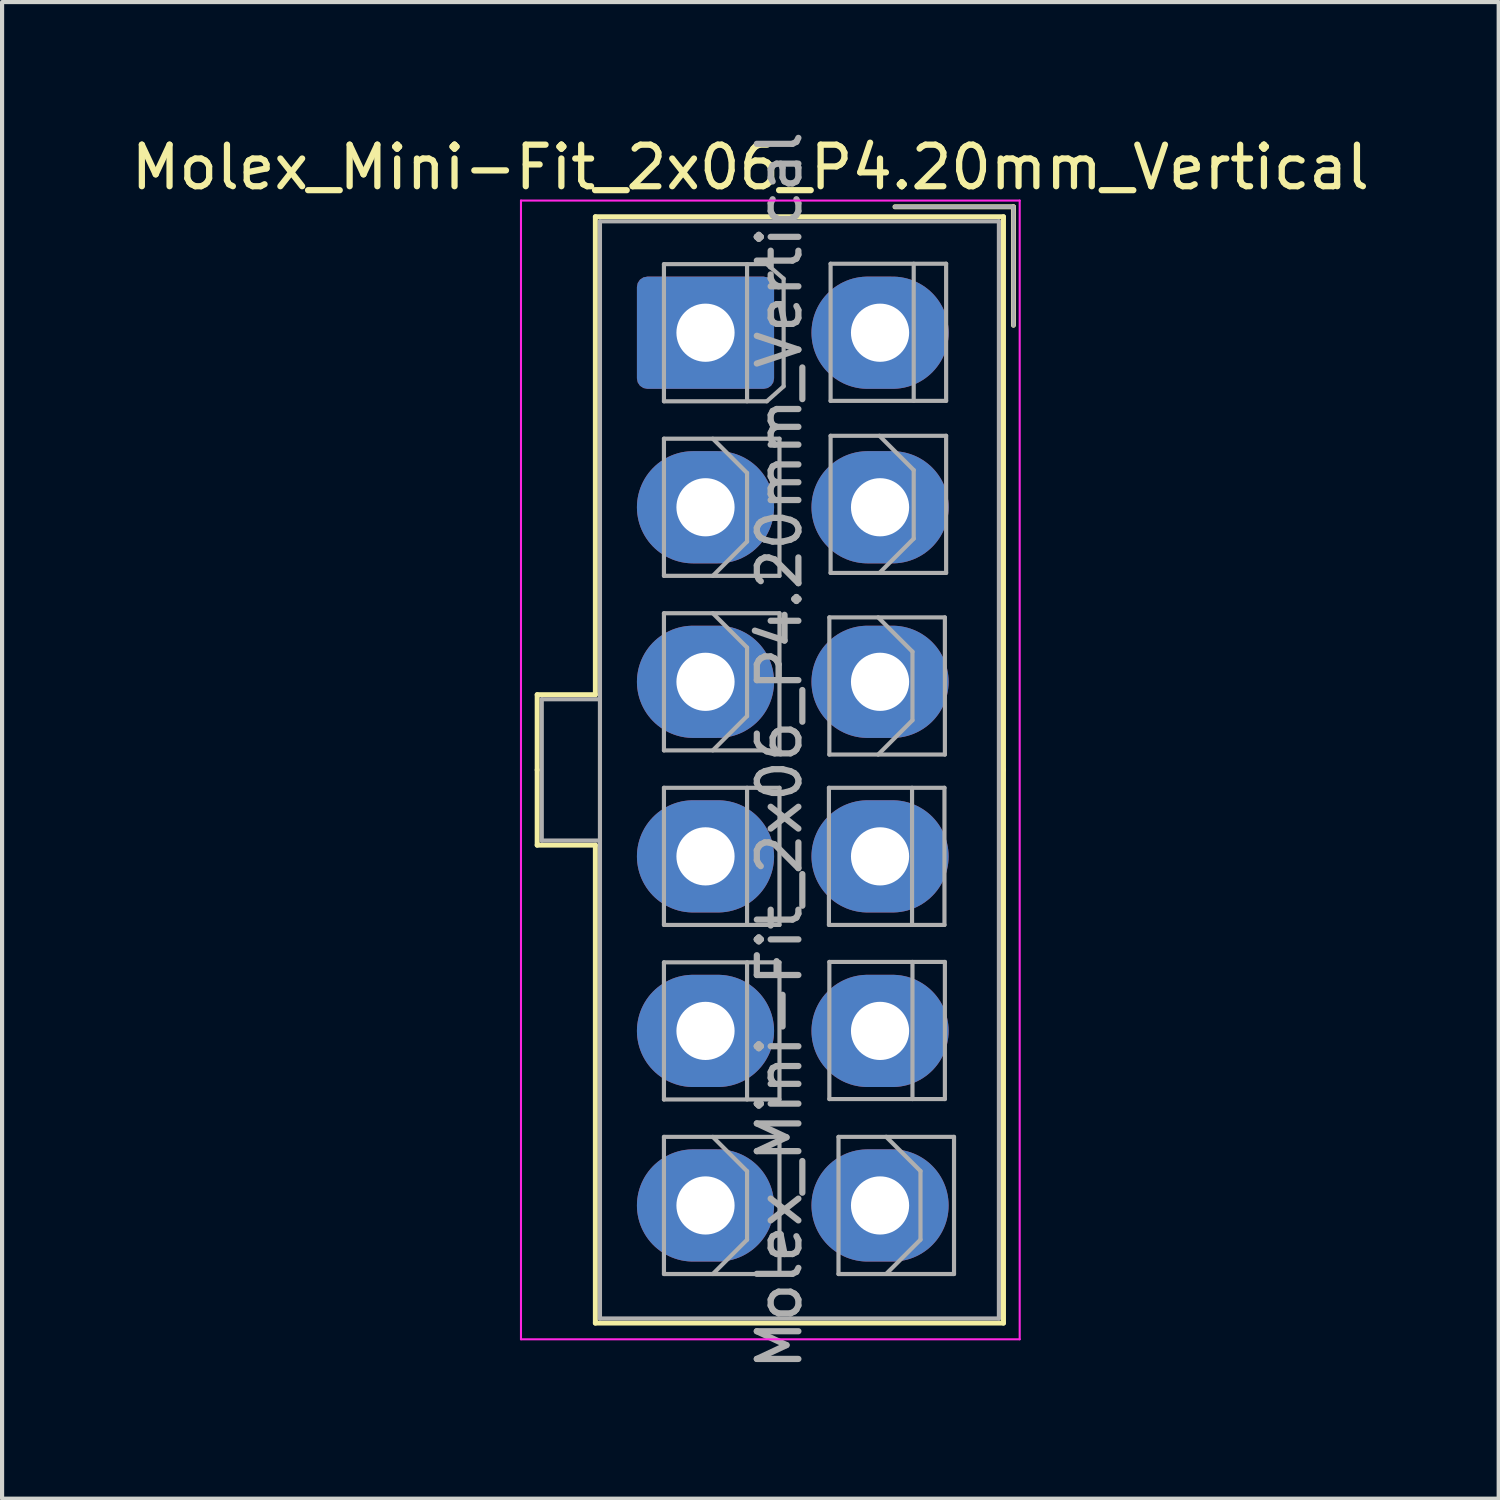
<source format=kicad_pcb>
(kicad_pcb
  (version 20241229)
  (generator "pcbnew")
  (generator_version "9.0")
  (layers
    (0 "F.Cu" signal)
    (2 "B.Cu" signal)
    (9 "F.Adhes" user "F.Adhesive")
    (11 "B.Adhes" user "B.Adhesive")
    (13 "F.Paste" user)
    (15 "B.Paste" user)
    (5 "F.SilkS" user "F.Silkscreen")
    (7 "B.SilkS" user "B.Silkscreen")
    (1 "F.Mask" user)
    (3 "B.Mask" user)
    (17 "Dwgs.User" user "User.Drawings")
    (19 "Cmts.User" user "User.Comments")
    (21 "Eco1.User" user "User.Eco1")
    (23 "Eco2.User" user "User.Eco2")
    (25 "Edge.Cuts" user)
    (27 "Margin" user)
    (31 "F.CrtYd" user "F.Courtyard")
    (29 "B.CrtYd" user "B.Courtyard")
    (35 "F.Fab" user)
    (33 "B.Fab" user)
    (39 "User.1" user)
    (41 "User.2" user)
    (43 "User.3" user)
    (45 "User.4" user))
  (footprint "Molex_Mini-Fit_2x06_P4.20mm_Vertical"
    (layer "F.Cu")
    (at 15.686 15.396)
    (property "Reference" "Molex_Mini-Fit_2x06_P4.20mm_Vertical" (at -0.68 -14.42 0) (unlocked yes) (layer "F.SilkS") (effects (font (size 1 1) (thickness 0.15))))
    (attr through_hole)
    (fp_line (start -5.81 -1.73) (end -5.81 0.08) (stroke (width 0.12) (type solid)) (layer "F.SilkS"))
    (fp_line (start -5.81 1.89) (end -5.81 0.08) (stroke (width 0.12) (type solid)) (layer "F.SilkS"))
    (fp_line (start -4.41 -13.23) (end -4.41 -1.73) (stroke (width 0.12) (type solid)) (layer "F.SilkS"))
    (fp_line (start -4.41 -1.73) (end -5.81 -1.73) (stroke (width 0.12) (type solid)) (layer "F.SilkS"))
    (fp_line (start -4.41 1.89) (end -5.81 1.89) (stroke (width 0.12) (type solid)) (layer "F.SilkS"))
    (fp_line (start -4.41 13.39) (end -4.41 1.89) (stroke (width 0.12) (type solid)) (layer "F.SilkS"))
    (fp_line (start 5.41 -13.23) (end -4.41 -13.23) (stroke (width 0.12) (type solid)) (layer "F.SilkS"))
    (fp_line (start 5.41 0.08) (end 5.41 -13.23) (stroke (width 0.12) (type solid)) (layer "F.SilkS"))
    (fp_line (start 5.41 0.08) (end 5.41 13.39) (stroke (width 0.12) (type solid)) (layer "F.SilkS"))
    (fp_line (start 5.41 13.39) (end -4.41 13.39) (stroke (width 0.12) (type solid)) (layer "F.SilkS"))
    (fp_line (start 5.65 -13.47) (end 2.8 -13.47) (stroke (width 0.12) (type solid)) (layer "F.SilkS"))
    (fp_line (start 5.65 -10.62) (end 5.65 -13.47) (stroke (width 0.12) (type solid)) (layer "F.SilkS"))
    (fp_line (start -6.2 -13.62) (end -6.2 13.78) (stroke (width 0.05) (type solid)) (layer "F.CrtYd"))
    (fp_line (start -6.2 13.78) (end 5.8 13.78) (stroke (width 0.05) (type solid)) (layer "F.CrtYd"))
    (fp_line (start 5.8 -13.62) (end -6.2 -13.62) (stroke (width 0.05) (type solid)) (layer "F.CrtYd"))
    (fp_line (start 5.8 13.78) (end 5.8 -13.62) (stroke (width 0.05) (type solid)) (layer "F.CrtYd"))
    (fp_line (start -5.7 -1.62) (end -5.7 1.78) (stroke (width 0.1) (type solid)) (layer "F.Fab"))
    (fp_line (start -5.7 1.78) (end -4.3 1.78) (stroke (width 0.1) (type solid)) (layer "F.Fab"))
    (fp_line (start -4.3 -13.12) (end -4.3 13.28) (stroke (width 0.1) (type solid)) (layer "F.Fab"))
    (fp_line (start -4.3 -1.62) (end -5.7 -1.62) (stroke (width 0.1) (type solid)) (layer "F.Fab"))
    (fp_line (start -4.3 13.28) (end 5.3 13.28) (stroke (width 0.1) (type solid)) (layer "F.Fab"))
    (fp_line (start -2.76 -12.09) (end -0.285 -12.09) (stroke (width 0.1) (type solid)) (layer "F.Fab"))
    (fp_line (start -2.76 -8.79) (end -2.76 -12.09) (stroke (width 0.1) (type solid)) (layer "F.Fab"))
    (fp_line (start -2.76 -7.89) (end -2.76 -4.59) (stroke (width 0.1) (type solid)) (layer "F.Fab"))
    (fp_line (start -2.76 -3.69) (end -2.76 -0.39) (stroke (width 0.1) (type solid)) (layer "F.Fab"))
    (fp_line (start -2.76 3.81) (end -2.76 0.51) (stroke (width 0.1) (type solid)) (layer "F.Fab"))
    (fp_line (start -2.76 8.01) (end -2.76 4.71) (stroke (width 0.1) (type solid)) (layer "F.Fab"))
    (fp_line (start -2.76 8.91) (end -2.76 12.21) (stroke (width 0.1) (type solid)) (layer "F.Fab"))
    (fp_line (start -1.585 -7.89) (end -0.76 -7.065) (stroke (width 0.1) (type solid)) (layer "F.Fab"))
    (fp_line (start -1.585 -3.69) (end -0.76 -2.865) (stroke (width 0.1) (type solid)) (layer "F.Fab"))
    (fp_line (start -1.585 8.91) (end -0.76 9.735) (stroke (width 0.1) (type solid)) (layer "F.Fab"))
    (fp_line (start -0.76 -8.79) (end -0.76 -12.09) (stroke (width 0.1) (type solid)) (layer "F.Fab"))
    (fp_line (start -0.76 -7.065) (end -0.76 -5.415) (stroke (width 0.1) (type solid)) (layer "F.Fab"))
    (fp_line (start -0.76 -5.415) (end -1.585 -4.59) (stroke (width 0.1) (type solid)) (layer "F.Fab"))
    (fp_line (start -0.76 -2.865) (end -0.76 -1.215) (stroke (width 0.1) (type solid)) (layer "F.Fab"))
    (fp_line (start -0.76 -1.215) (end -1.585 -0.39) (stroke (width 0.1) (type solid)) (layer "F.Fab"))
    (fp_line (start -0.76 3.81) (end -0.76 0.51) (stroke (width 0.1) (type solid)) (layer "F.Fab"))
    (fp_line (start -0.76 8.01) (end -0.76 4.71) (stroke (width 0.1) (type solid)) (layer "F.Fab"))
    (fp_line (start -0.76 9.735) (end -0.76 11.385) (stroke (width 0.1) (type solid)) (layer "F.Fab"))
    (fp_line (start -0.76 11.385) (end -1.585 12.21) (stroke (width 0.1) (type solid)) (layer "F.Fab"))
    (fp_line (start -0.285 -12.09) (end 0.12 -11.74) (stroke (width 0.1) (type default)) (layer "F.Fab"))
    (fp_line (start -0.285 -8.79) (end -2.76 -8.79) (stroke (width 0.1) (type solid)) (layer "F.Fab"))
    (fp_line (start -0.285 -8.79) (end 0.12 -9.15) (stroke (width 0.1) (type default)) (layer "F.Fab"))
    (fp_line (start 0.02 -7.89) (end -2.76 -7.89) (stroke (width 0.1) (type solid)) (layer "F.Fab"))
    (fp_line (start 0.02 -4.59) (end -2.76 -4.59) (stroke (width 0.1) (type solid)) (layer "F.Fab"))
    (fp_line (start 0.02 -4.59) (end 0.02 -7.89) (stroke (width 0.1) (type solid)) (layer "F.Fab"))
    (fp_line (start 0.02 -3.69) (end -2.76 -3.69) (stroke (width 0.1) (type solid)) (layer "F.Fab"))
    (fp_line (start 0.02 -0.39) (end -2.76 -0.39) (stroke (width 0.1) (type solid)) (layer "F.Fab"))
    (fp_line (start 0.02 -0.39) (end 0.02 -3.69) (stroke (width 0.1) (type solid)) (layer "F.Fab"))
    (fp_line (start 0.02 0.51) (end -2.76 0.51) (stroke (width 0.1) (type solid)) (layer "F.Fab"))
    (fp_line (start 0.02 3.81) (end -2.76 3.81) (stroke (width 0.1) (type solid)) (layer "F.Fab"))
    (fp_line (start 0.02 3.81) (end 0.02 0.51) (stroke (width 0.1) (type solid)) (layer "F.Fab"))
    (fp_line (start 0.02 4.71) (end -2.76 4.71) (stroke (width 0.1) (type solid)) (layer "F.Fab"))
    (fp_line (start 0.02 8.01) (end -2.76 8.01) (stroke (width 0.1) (type solid)) (layer "F.Fab"))
    (fp_line (start 0.02 8.01) (end 0.02 4.71) (stroke (width 0.1) (type solid)) (layer "F.Fab"))
    (fp_line (start 0.02 8.91) (end -2.76 8.91) (stroke (width 0.1) (type solid)) (layer "F.Fab"))
    (fp_line (start 0.02 12.21) (end -2.76 12.21) (stroke (width 0.1) (type solid)) (layer "F.Fab"))
    (fp_line (start 0.02 12.21) (end 0.02 8.91) (stroke (width 0.1) (type solid)) (layer "F.Fab"))
    (fp_line (start 0.12 -11.74) (end 0.12 -9.15) (stroke (width 0.1) (type default)) (layer "F.Fab"))
    (fp_line (start 1.21 3.81) (end 1.21 0.51) (stroke (width 0.1) (type solid)) (layer "F.Fab"))
    (fp_line (start 1.22 -3.59) (end 1.22 -0.29) (stroke (width 0.1) (type solid)) (layer "F.Fab"))
    (fp_line (start 1.22 8) (end 1.22 4.7) (stroke (width 0.1) (type solid)) (layer "F.Fab"))
    (fp_line (start 1.25 -8.8) (end 1.25 -12.1) (stroke (width 0.1) (type solid)) (layer "F.Fab"))
    (fp_line (start 1.25 -7.96) (end 1.25 -4.66) (stroke (width 0.1) (type solid)) (layer "F.Fab"))
    (fp_line (start 1.44 8.91) (end 1.44 12.21) (stroke (width 0.1) (type solid)) (layer "F.Fab"))
    (fp_line (start 2.395 -3.59) (end 3.22 -2.765) (stroke (width 0.1) (type solid)) (layer "F.Fab"))
    (fp_line (start 2.425 -7.96) (end 3.25 -7.135) (stroke (width 0.1) (type solid)) (layer "F.Fab"))
    (fp_line (start 2.587 8.908) (end 3.413 9.732) (stroke (width 0.1) (type solid)) (layer "F.Fab"))
    (fp_line (start 3.21 3.81) (end 3.21 0.51) (stroke (width 0.1) (type solid)) (layer "F.Fab"))
    (fp_line (start 3.22 -2.765) (end 3.22 -1.115) (stroke (width 0.1) (type solid)) (layer "F.Fab"))
    (fp_line (start 3.22 -1.115) (end 2.395 -0.29) (stroke (width 0.1) (type solid)) (layer "F.Fab"))
    (fp_line (start 3.22 8) (end 3.22 4.7) (stroke (width 0.1) (type solid)) (layer "F.Fab"))
    (fp_line (start 3.25 -8.8) (end 3.25 -12.1) (stroke (width 0.1) (type solid)) (layer "F.Fab"))
    (fp_line (start 3.25 -7.135) (end 3.25 -5.485) (stroke (width 0.1) (type solid)) (layer "F.Fab"))
    (fp_line (start 3.25 -5.485) (end 2.425 -4.66) (stroke (width 0.1) (type solid)) (layer "F.Fab"))
    (fp_line (start 3.413 9.732) (end 3.413 11.383) (stroke (width 0.1) (type solid)) (layer "F.Fab"))
    (fp_line (start 3.413 11.383) (end 2.587 12.207) (stroke (width 0.1) (type solid)) (layer "F.Fab"))
    (fp_line (start 3.99 0.51) (end 1.21 0.51) (stroke (width 0.1) (type solid)) (layer "F.Fab"))
    (fp_line (start 3.99 3.81) (end 1.21 3.81) (stroke (width 0.1) (type solid)) (layer "F.Fab"))
    (fp_line (start 3.99 3.81) (end 3.99 0.51) (stroke (width 0.1) (type solid)) (layer "F.Fab"))
    (fp_line (start 4 -3.59) (end 1.22 -3.59) (stroke (width 0.1) (type solid)) (layer "F.Fab"))
    (fp_line (start 4 -0.29) (end 1.22 -0.29) (stroke (width 0.1) (type solid)) (layer "F.Fab"))
    (fp_line (start 4 -0.29) (end 4 -3.59) (stroke (width 0.1) (type solid)) (layer "F.Fab"))
    (fp_line (start 4 4.7) (end 1.22 4.7) (stroke (width 0.1) (type solid)) (layer "F.Fab"))
    (fp_line (start 4 8) (end 1.22 8) (stroke (width 0.1) (type solid)) (layer "F.Fab"))
    (fp_line (start 4 8) (end 4 4.7) (stroke (width 0.1) (type solid)) (layer "F.Fab"))
    (fp_line (start 4.03 -12.1) (end 1.25 -12.1) (stroke (width 0.1) (type solid)) (layer "F.Fab"))
    (fp_line (start 4.03 -8.8) (end 1.25 -8.8) (stroke (width 0.1) (type solid)) (layer "F.Fab"))
    (fp_line (start 4.03 -8.8) (end 4.03 -12.1) (stroke (width 0.1) (type solid)) (layer "F.Fab"))
    (fp_line (start 4.03 -7.96) (end 1.25 -7.96) (stroke (width 0.1) (type solid)) (layer "F.Fab"))
    (fp_line (start 4.03 -4.66) (end 1.25 -4.66) (stroke (width 0.1) (type solid)) (layer "F.Fab"))
    (fp_line (start 4.03 -4.66) (end 4.03 -7.96) (stroke (width 0.1) (type solid)) (layer "F.Fab"))
    (fp_line (start 4.22 8.91) (end 1.44 8.91) (stroke (width 0.1) (type solid)) (layer "F.Fab"))
    (fp_line (start 4.22 12.21) (end 1.44 12.21) (stroke (width 0.1) (type solid)) (layer "F.Fab"))
    (fp_line (start 4.22 12.21) (end 4.22 8.91) (stroke (width 0.1) (type solid)) (layer "F.Fab"))
    (fp_line (start 5.3 -13.12) (end -4.3 -13.12) (stroke (width 0.1) (type solid)) (layer "F.Fab"))
    (fp_line (start 5.3 13.28) (end 5.3 -13.12) (stroke (width 0.1) (type solid)) (layer "F.Fab"))
    (fp_line (start 5.65 -13.47) (end 2.8 -13.47) (stroke (width 0.1) (type solid)) (layer "F.Fab"))
    (fp_line (start 5.65 -10.62) (end 5.65 -13.47) (stroke (width 0.1) (type solid)) (layer "F.Fab"))
    (fp_text user "${REFERENCE}" (at 0.02 -0.39 270) (layer "F.Fab") (effects (font (size 1 1) (thickness 0.15))))
    (pad "1" thru_hole roundrect (at -1.76 -10.44 270) (size 2.7 3.3) (drill 1.4) (layers "*.Cu" "*.Mask") (roundrect_rratio 0.093))
    (pad "2" thru_hole oval (at -1.76 -6.24 270) (size 2.7 3.3) (drill 1.4) (layers "*.Cu" "*.Mask"))
    (pad "3" thru_hole oval (at -1.76 -2.04 270) (size 2.7 3.3) (drill 1.4) (layers "*.Cu" "*.Mask"))
    (pad "4" thru_hole oval (at -1.76 2.16 270) (size 2.7 3.3) (drill 1.4) (layers "*.Cu" "*.Mask"))
    (pad "5" thru_hole oval (at -1.76 6.36 270) (size 2.7 3.3) (drill 1.4) (layers "*.Cu" "*.Mask"))
    (pad "6" thru_hole oval (at -1.76 10.56 270) (size 2.7 3.3) (drill 1.4) (layers "*.Cu" "*.Mask"))
    (pad "7" thru_hole oval (at 2.44 -10.44 270) (size 2.7 3.3) (drill 1.4) (layers "*.Cu" "*.Mask"))
    (pad "8" thru_hole oval (at 2.44 -6.24 270) (size 2.7 3.3) (drill 1.4) (layers "*.Cu" "*.Mask"))
    (pad "9" thru_hole oval (at 2.44 -2.04 270) (size 2.7 3.3) (drill 1.4) (layers "*.Cu" "*.Mask"))
    (pad "10" thru_hole oval (at 2.44 2.16 270) (size 2.7 3.3) (drill 1.4) (layers "*.Cu" "*.Mask"))
    (pad "11" thru_hole oval (at 2.44 6.36 270) (size 2.7 3.3) (drill 1.4) (layers "*.Cu" "*.Mask"))
    (pad "12" thru_hole oval (at 2.44 10.56 270) (size 2.7 3.3) (drill 1.4) (layers "*.Cu" "*.Mask")))
  (gr_rect
    (start -3 -3)
    (end 33.012 33.012)
    (stroke (width 0.1) (type default))
    (fill no)
    (layer "Edge.Cuts")))
</source>
